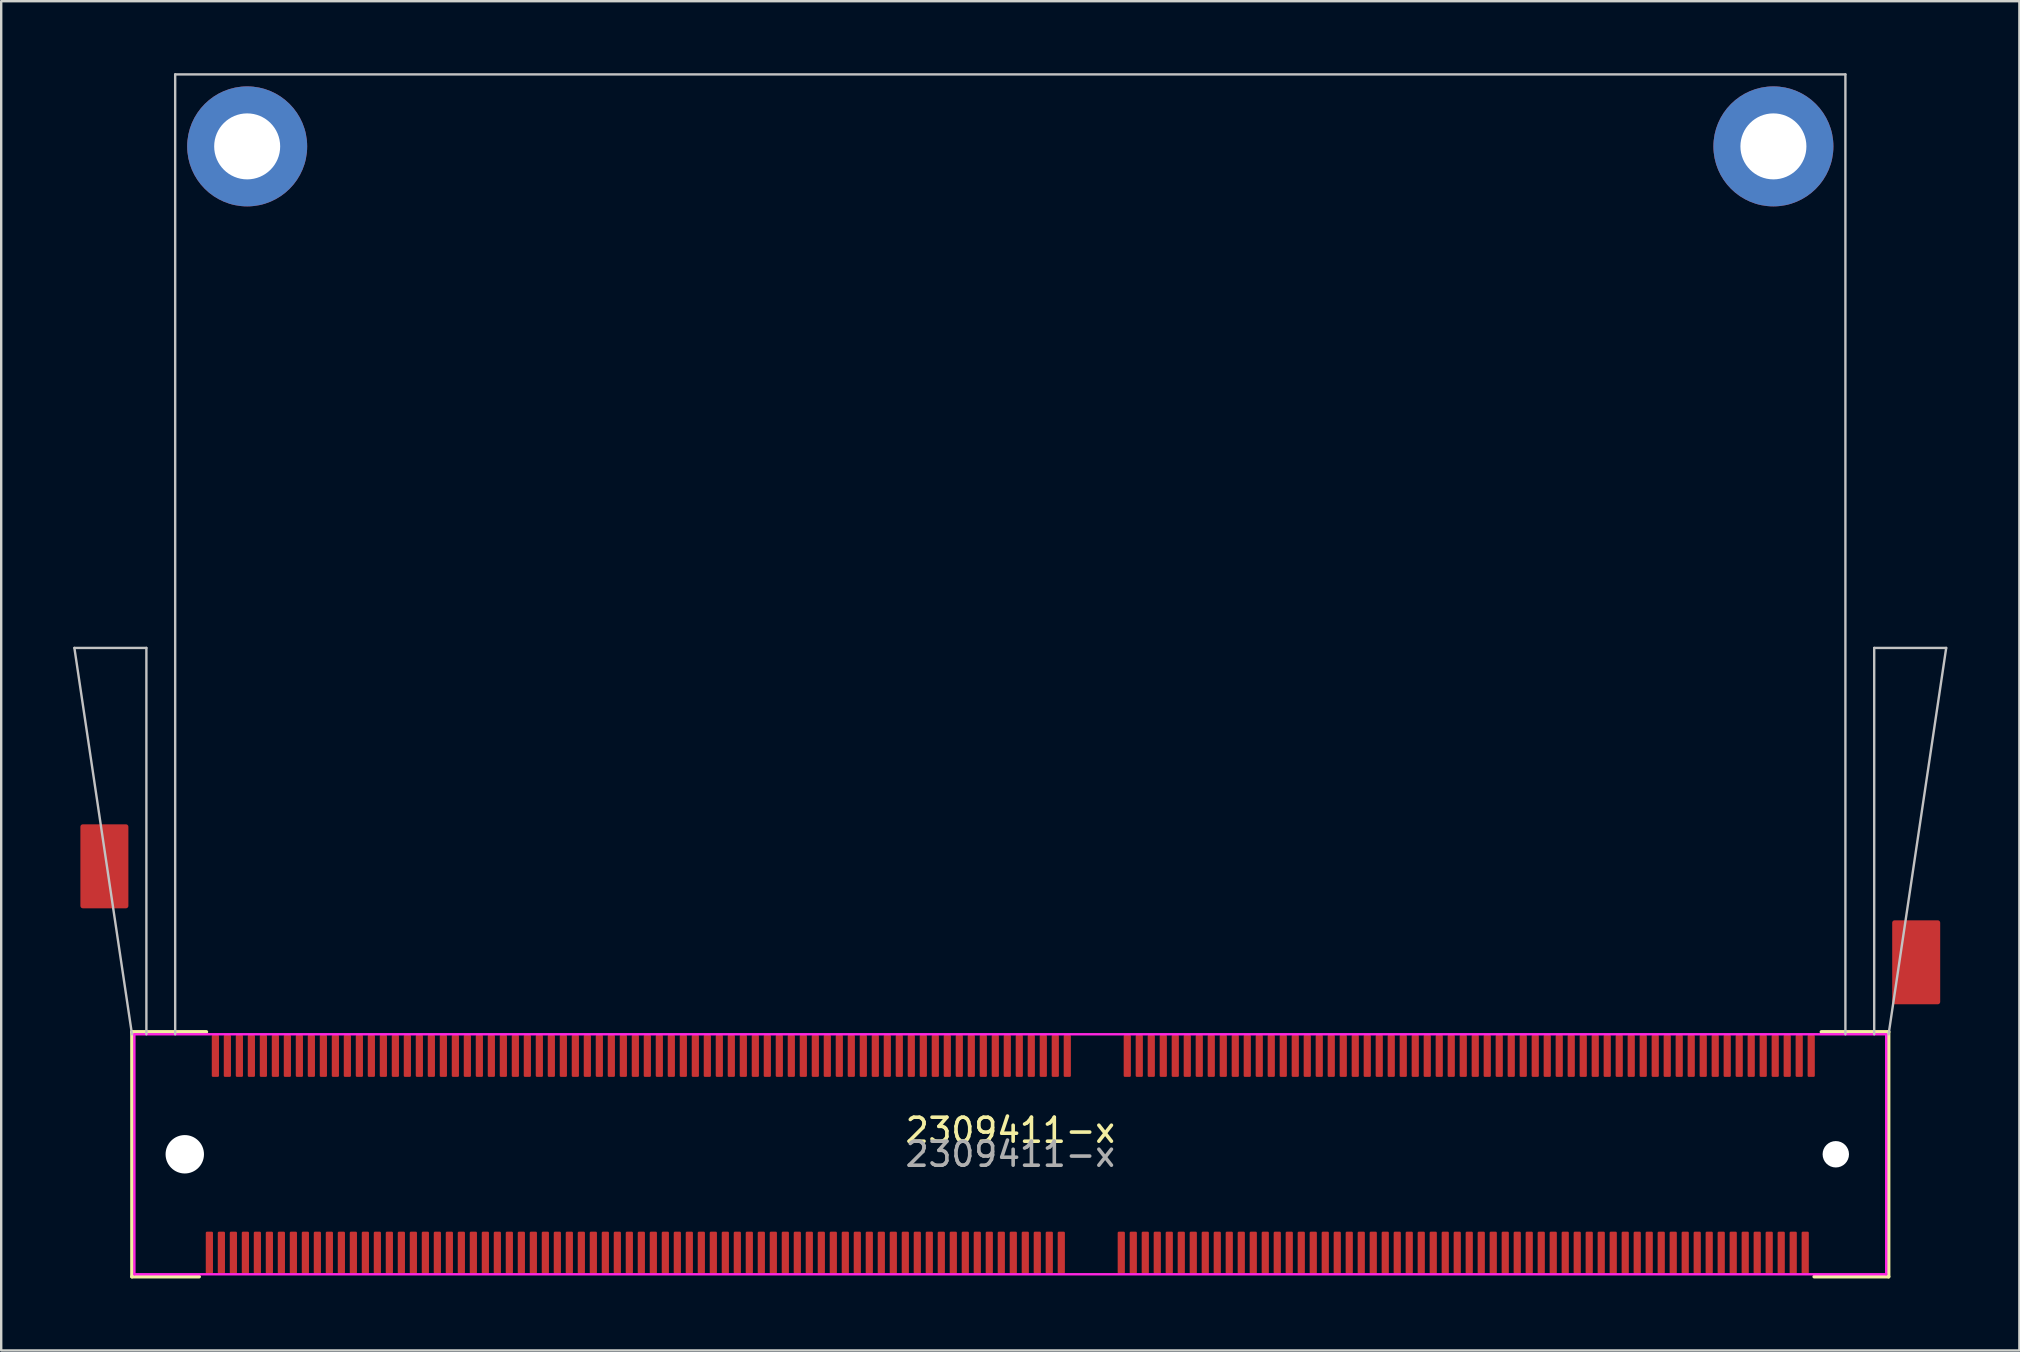
<source format=kicad_pcb>
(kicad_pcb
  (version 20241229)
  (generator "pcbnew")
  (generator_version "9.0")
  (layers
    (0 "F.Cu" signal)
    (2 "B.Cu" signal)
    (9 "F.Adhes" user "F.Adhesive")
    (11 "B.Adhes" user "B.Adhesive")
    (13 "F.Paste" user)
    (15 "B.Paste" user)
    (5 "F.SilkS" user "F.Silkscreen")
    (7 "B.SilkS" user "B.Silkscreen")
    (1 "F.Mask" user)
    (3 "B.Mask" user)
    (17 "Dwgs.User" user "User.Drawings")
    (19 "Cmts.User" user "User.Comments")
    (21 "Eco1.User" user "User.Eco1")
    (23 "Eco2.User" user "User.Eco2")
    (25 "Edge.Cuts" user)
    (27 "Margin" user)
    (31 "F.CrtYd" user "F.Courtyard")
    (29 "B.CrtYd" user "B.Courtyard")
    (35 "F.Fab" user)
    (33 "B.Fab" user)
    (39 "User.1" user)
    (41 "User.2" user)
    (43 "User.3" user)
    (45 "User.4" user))
  (footprint "2309411-x"
    (layer "F.Cu")
    (at 39.05 45.05)
    (property "Reference" "2309411-x" (at 0 -1 0) (layer "F.SilkS") (effects (font (size 1 1) (thickness 0.15))))
    (attr smd)
    (fp_line (start -36.6 -5.1) (end -36.6 5.1) (stroke (width 0.15) (type solid)) (layer "F.SilkS"))
    (fp_line (start -36.6 -5.1) (end -33.5 -5.1) (stroke (width 0.15) (type solid)) (layer "F.SilkS"))
    (fp_line (start -36.6 5.1) (end -33.8 5.1) (stroke (width 0.15) (type solid)) (layer "F.SilkS"))
    (fp_line (start 33.5 5.1) (end 36.6 5.1) (stroke (width 0.15) (type solid)) (layer "F.SilkS"))
    (fp_line (start 33.8 -5.1) (end 36.6 -5.1) (stroke (width 0.15) (type solid)) (layer "F.SilkS"))
    (fp_line (start 36.6 -5.1) (end 36.6 5.1) (stroke (width 0.15) (type solid)) (layer "F.SilkS"))
    (fp_line (start -39 -21.1) (end -36.6 -5) (stroke (width 0.1) (type solid)) (layer "Dwgs.User"))
    (fp_line (start -36 -21.1) (end -39 -21.1) (stroke (width 0.1) (type solid)) (layer "Dwgs.User"))
    (fp_line (start -36 -21.1) (end -36 -5) (stroke (width 0.1) (type solid)) (layer "Dwgs.User"))
    (fp_line (start -34.8 -45) (end -34.8 -5) (stroke (width 0.1) (type solid)) (layer "Dwgs.User"))
    (fp_line (start -34.8 -45) (end 34.8 -45) (stroke (width 0.1) (type solid)) (layer "Dwgs.User"))
    (fp_line (start 34.8 -45) (end 34.8 -5) (stroke (width 0.1) (type solid)) (layer "Dwgs.User"))
    (fp_line (start 36 -21.1) (end 36 -5) (stroke (width 0.1) (type solid)) (layer "Dwgs.User"))
    (fp_line (start 39 -21.1) (end 36 -21.1) (stroke (width 0.1) (type solid)) (layer "Dwgs.User"))
    (fp_line (start 39 -21.1) (end 36.6 -5) (stroke (width 0.1) (type solid)) (layer "Dwgs.User"))
    (fp_line (start -36.5 -5) (end -36.5 5) (stroke (width 0.1) (type solid)) (layer "F.CrtYd"))
    (fp_line (start -36.5 -5) (end 36.5 -5) (stroke (width 0.1) (type solid)) (layer "F.CrtYd"))
    (fp_line (start 36.5 -5) (end 36.5 5) (stroke (width 0.1) (type solid)) (layer "F.CrtYd"))
    (fp_line (start 36.5 5) (end -36.5 5) (stroke (width 0.1) (type solid)) (layer "F.CrtYd"))
    (fp_text user "${REFERENCE}" (at 0 0 0) (layer "F.Fab") (effects (font (size 1 1) (thickness 0.15))))
    (pad "" np_thru_hole circle (at -34.4 0) (size 1.6 1.6) (drill 1.6) (layers "*.Cu" "*.Mask"))
    (pad "" np_thru_hole circle (at 34.4 0) (size 1.1 1.1) (drill 1.1) (layers "*.Cu" "*.Mask"))
    (pad "1" smd roundrect (at -33.375 4.1) (size 0.3 1.75) (layers "F.Cu" "F.Mask" "F.Paste") (roundrect_rratio 0.167))
    (pad "2" smd roundrect (at -33.125 -4.1) (size 0.3 1.75) (layers "F.Cu" "F.Mask" "F.Paste") (roundrect_rratio 0.167))
    (pad "3" smd roundrect (at -32.875 4.1) (size 0.3 1.75) (layers "F.Cu" "F.Mask" "F.Paste") (roundrect_rratio 0.167))
    (pad "4" smd roundrect (at -32.625 -4.1) (size 0.3 1.75) (layers "F.Cu" "F.Mask" "F.Paste") (roundrect_rratio 0.167))
    (pad "5" smd roundrect (at -32.375 4.1) (size 0.3 1.75) (layers "F.Cu" "F.Mask" "F.Paste") (roundrect_rratio 0.167))
    (pad "6" smd roundrect (at -32.125 -4.1) (size 0.3 1.75) (layers "F.Cu" "F.Mask" "F.Paste") (roundrect_rratio 0.167))
    (pad "7" smd roundrect (at -31.875 4.1) (size 0.3 1.75) (layers "F.Cu" "F.Mask" "F.Paste") (roundrect_rratio 0.167))
    (pad "8" smd roundrect (at -31.625 -4.1) (size 0.3 1.75) (layers "F.Cu" "F.Mask" "F.Paste") (roundrect_rratio 0.167))
    (pad "9" smd roundrect (at -31.375 4.1) (size 0.3 1.75) (layers "F.Cu" "F.Mask" "F.Paste") (roundrect_rratio 0.167))
    (pad "10" smd roundrect (at -31.125 -4.1) (size 0.3 1.75) (layers "F.Cu" "F.Mask" "F.Paste") (roundrect_rratio 0.167))
    (pad "11" smd roundrect (at -30.875 4.1) (size 0.3 1.75) (layers "F.Cu" "F.Mask" "F.Paste") (roundrect_rratio 0.167))
    (pad "12" smd roundrect (at -30.625 -4.1) (size 0.3 1.75) (layers "F.Cu" "F.Mask" "F.Paste") (roundrect_rratio 0.167))
    (pad "13" smd roundrect (at -30.375 4.1) (size 0.3 1.75) (layers "F.Cu" "F.Mask" "F.Paste") (roundrect_rratio 0.167))
    (pad "14" smd roundrect (at -30.125 -4.1) (size 0.3 1.75) (layers "F.Cu" "F.Mask" "F.Paste") (roundrect_rratio 0.167))
    (pad "15" smd roundrect (at -29.875 4.1) (size 0.3 1.75) (layers "F.Cu" "F.Mask" "F.Paste") (roundrect_rratio 0.167))
    (pad "16" smd roundrect (at -29.625 -4.1) (size 0.3 1.75) (layers "F.Cu" "F.Mask" "F.Paste") (roundrect_rratio 0.167))
    (pad "17" smd roundrect (at -29.375 4.1) (size 0.3 1.75) (layers "F.Cu" "F.Mask" "F.Paste") (roundrect_rratio 0.167))
    (pad "18" smd roundrect (at -29.125 -4.1) (size 0.3 1.75) (layers "F.Cu" "F.Mask" "F.Paste") (roundrect_rratio 0.167))
    (pad "19" smd roundrect (at -28.875 4.1) (size 0.3 1.75) (layers "F.Cu" "F.Mask" "F.Paste") (roundrect_rratio 0.167))
    (pad "20" smd roundrect (at -28.625 -4.1) (size 0.3 1.75) (layers "F.Cu" "F.Mask" "F.Paste") (roundrect_rratio 0.167))
    (pad "21" smd roundrect (at -28.375 4.1) (size 0.3 1.75) (layers "F.Cu" "F.Mask" "F.Paste") (roundrect_rratio 0.167))
    (pad "22" smd roundrect (at -28.125 -4.1) (size 0.3 1.75) (layers "F.Cu" "F.Mask" "F.Paste") (roundrect_rratio 0.167))
    (pad "23" smd roundrect (at -27.875 4.1) (size 0.3 1.75) (layers "F.Cu" "F.Mask" "F.Paste") (roundrect_rratio 0.167))
    (pad "24" smd roundrect (at -27.625 -4.1) (size 0.3 1.75) (layers "F.Cu" "F.Mask" "F.Paste") (roundrect_rratio 0.167))
    (pad "25" smd roundrect (at -27.375 4.1) (size 0.3 1.75) (layers "F.Cu" "F.Mask" "F.Paste") (roundrect_rratio 0.167))
    (pad "26" smd roundrect (at -27.125 -4.1) (size 0.3 1.75) (layers "F.Cu" "F.Mask" "F.Paste") (roundrect_rratio 0.167))
    (pad "27" smd roundrect (at -26.875 4.1) (size 0.3 1.75) (layers "F.Cu" "F.Mask" "F.Paste") (roundrect_rratio 0.167))
    (pad "28" smd roundrect (at -26.625 -4.1) (size 0.3 1.75) (layers "F.Cu" "F.Mask" "F.Paste") (roundrect_rratio 0.167))
    (pad "29" smd roundrect (at -26.375 4.1) (size 0.3 1.75) (layers "F.Cu" "F.Mask" "F.Paste") (roundrect_rratio 0.167))
    (pad "30" smd roundrect (at -26.125 -4.1) (size 0.3 1.75) (layers "F.Cu" "F.Mask" "F.Paste") (roundrect_rratio 0.167))
    (pad "31" smd roundrect (at -25.875 4.1) (size 0.3 1.75) (layers "F.Cu" "F.Mask" "F.Paste") (roundrect_rratio 0.167))
    (pad "32" smd roundrect (at -25.625 -4.1) (size 0.3 1.75) (layers "F.Cu" "F.Mask" "F.Paste") (roundrect_rratio 0.167))
    (pad "33" smd roundrect (at -25.375 4.1) (size 0.3 1.75) (layers "F.Cu" "F.Mask" "F.Paste") (roundrect_rratio 0.167))
    (pad "34" smd roundrect (at -25.125 -4.1) (size 0.3 1.75) (layers "F.Cu" "F.Mask" "F.Paste") (roundrect_rratio 0.167))
    (pad "35" smd roundrect (at -24.875 4.1) (size 0.3 1.75) (layers "F.Cu" "F.Mask" "F.Paste") (roundrect_rratio 0.167))
    (pad "36" smd roundrect (at -24.625 -4.1) (size 0.3 1.75) (layers "F.Cu" "F.Mask" "F.Paste") (roundrect_rratio 0.167))
    (pad "37" smd roundrect (at -24.375 4.1) (size 0.3 1.75) (layers "F.Cu" "F.Mask" "F.Paste") (roundrect_rratio 0.167))
    (pad "38" smd roundrect (at -24.125 -4.1) (size 0.3 1.75) (layers "F.Cu" "F.Mask" "F.Paste") (roundrect_rratio 0.167))
    (pad "39" smd roundrect (at -23.875 4.1) (size 0.3 1.75) (layers "F.Cu" "F.Mask" "F.Paste") (roundrect_rratio 0.167))
    (pad "40" smd roundrect (at -23.625 -4.1) (size 0.3 1.75) (layers "F.Cu" "F.Mask" "F.Paste") (roundrect_rratio 0.167))
    (pad "41" smd roundrect (at -23.375 4.1) (size 0.3 1.75) (layers "F.Cu" "F.Mask" "F.Paste") (roundrect_rratio 0.167))
    (pad "42" smd roundrect (at -23.125 -4.1) (size 0.3 1.75) (layers "F.Cu" "F.Mask" "F.Paste") (roundrect_rratio 0.167))
    (pad "43" smd roundrect (at -22.875 4.1) (size 0.3 1.75) (layers "F.Cu" "F.Mask" "F.Paste") (roundrect_rratio 0.167))
    (pad "44" smd roundrect (at -22.625 -4.1) (size 0.3 1.75) (layers "F.Cu" "F.Mask" "F.Paste") (roundrect_rratio 0.167))
    (pad "45" smd roundrect (at -22.375 4.1) (size 0.3 1.75) (layers "F.Cu" "F.Mask" "F.Paste") (roundrect_rratio 0.167))
    (pad "46" smd roundrect (at -22.125 -4.1) (size 0.3 1.75) (layers "F.Cu" "F.Mask" "F.Paste") (roundrect_rratio 0.167))
    (pad "47" smd roundrect (at -21.875 4.1) (size 0.3 1.75) (layers "F.Cu" "F.Mask" "F.Paste") (roundrect_rratio 0.167))
    (pad "48" smd roundrect (at -21.625 -4.1) (size 0.3 1.75) (layers "F.Cu" "F.Mask" "F.Paste") (roundrect_rratio 0.167))
    (pad "49" smd roundrect (at -21.375 4.1) (size 0.3 1.75) (layers "F.Cu" "F.Mask" "F.Paste") (roundrect_rratio 0.167))
    (pad "50" smd roundrect (at -21.125 -4.1) (size 0.3 1.75) (layers "F.Cu" "F.Mask" "F.Paste") (roundrect_rratio 0.167))
    (pad "51" smd roundrect (at -20.875 4.1) (size 0.3 1.75) (layers "F.Cu" "F.Mask" "F.Paste") (roundrect_rratio 0.167))
    (pad "52" smd roundrect (at -20.625 -4.1) (size 0.3 1.75) (layers "F.Cu" "F.Mask" "F.Paste") (roundrect_rratio 0.167))
    (pad "53" smd roundrect (at -20.375 4.1) (size 0.3 1.75) (layers "F.Cu" "F.Mask" "F.Paste") (roundrect_rratio 0.167))
    (pad "54" smd roundrect (at -20.125 -4.1) (size 0.3 1.75) (layers "F.Cu" "F.Mask" "F.Paste") (roundrect_rratio 0.167))
    (pad "55" smd roundrect (at -19.875 4.1) (size 0.3 1.75) (layers "F.Cu" "F.Mask" "F.Paste") (roundrect_rratio 0.167))
    (pad "56" smd roundrect (at -19.625 -4.1) (size 0.3 1.75) (layers "F.Cu" "F.Mask" "F.Paste") (roundrect_rratio 0.167))
    (pad "57" smd roundrect (at -19.375 4.1) (size 0.3 1.75) (layers "F.Cu" "F.Mask" "F.Paste") (roundrect_rratio 0.167))
    (pad "58" smd roundrect (at -19.125 -4.1) (size 0.3 1.75) (layers "F.Cu" "F.Mask" "F.Paste") (roundrect_rratio 0.167))
    (pad "59" smd roundrect (at -18.875 4.1) (size 0.3 1.75) (layers "F.Cu" "F.Mask" "F.Paste") (roundrect_rratio 0.167))
    (pad "60" smd roundrect (at -18.625 -4.1) (size 0.3 1.75) (layers "F.Cu" "F.Mask" "F.Paste") (roundrect_rratio 0.167))
    (pad "61" smd roundrect (at -18.375 4.1) (size 0.3 1.75) (layers "F.Cu" "F.Mask" "F.Paste") (roundrect_rratio 0.167))
    (pad "62" smd roundrect (at -18.125 -4.1) (size 0.3 1.75) (layers "F.Cu" "F.Mask" "F.Paste") (roundrect_rratio 0.167))
    (pad "63" smd roundrect (at -17.875 4.1) (size 0.3 1.75) (layers "F.Cu" "F.Mask" "F.Paste") (roundrect_rratio 0.167))
    (pad "64" smd roundrect (at -17.625 -4.1) (size 0.3 1.75) (layers "F.Cu" "F.Mask" "F.Paste") (roundrect_rratio 0.167))
    (pad "65" smd roundrect (at -17.375 4.1) (size 0.3 1.75) (layers "F.Cu" "F.Mask" "F.Paste") (roundrect_rratio 0.167))
    (pad "66" smd roundrect (at -17.125 -4.1) (size 0.3 1.75) (layers "F.Cu" "F.Mask" "F.Paste") (roundrect_rratio 0.167))
    (pad "67" smd roundrect (at -16.875 4.1) (size 0.3 1.75) (layers "F.Cu" "F.Mask" "F.Paste") (roundrect_rratio 0.167))
    (pad "68" smd roundrect (at -16.625 -4.1) (size 0.3 1.75) (layers "F.Cu" "F.Mask" "F.Paste") (roundrect_rratio 0.167))
    (pad "69" smd roundrect (at -16.375 4.1) (size 0.3 1.75) (layers "F.Cu" "F.Mask" "F.Paste") (roundrect_rratio 0.167))
    (pad "70" smd roundrect (at -16.125 -4.1) (size 0.3 1.75) (layers "F.Cu" "F.Mask" "F.Paste") (roundrect_rratio 0.167))
    (pad "71" smd roundrect (at -15.875 4.1) (size 0.3 1.75) (layers "F.Cu" "F.Mask" "F.Paste") (roundrect_rratio 0.167))
    (pad "72" smd roundrect (at -15.625 -4.1) (size 0.3 1.75) (layers "F.Cu" "F.Mask" "F.Paste") (roundrect_rratio 0.167))
    (pad "73" smd roundrect (at -15.375 4.1) (size 0.3 1.75) (layers "F.Cu" "F.Mask" "F.Paste") (roundrect_rratio 0.167))
    (pad "74" smd roundrect (at -15.125 -4.1) (size 0.3 1.75) (layers "F.Cu" "F.Mask" "F.Paste") (roundrect_rratio 0.167))
    (pad "75" smd roundrect (at -14.875 4.1) (size 0.3 1.75) (layers "F.Cu" "F.Mask" "F.Paste") (roundrect_rratio 0.167))
    (pad "76" smd roundrect (at -14.625 -4.1) (size 0.3 1.75) (layers "F.Cu" "F.Mask" "F.Paste") (roundrect_rratio 0.167))
    (pad "77" smd roundrect (at -14.375 4.1) (size 0.3 1.75) (layers "F.Cu" "F.Mask" "F.Paste") (roundrect_rratio 0.167))
    (pad "78" smd roundrect (at -14.125 -4.1) (size 0.3 1.75) (layers "F.Cu" "F.Mask" "F.Paste") (roundrect_rratio 0.167))
    (pad "79" smd roundrect (at -13.875 4.1) (size 0.3 1.75) (layers "F.Cu" "F.Mask" "F.Paste") (roundrect_rratio 0.167))
    (pad "80" smd roundrect (at -13.625 -4.1) (size 0.3 1.75) (layers "F.Cu" "F.Mask" "F.Paste") (roundrect_rratio 0.167))
    (pad "81" smd roundrect (at -13.375 4.1) (size 0.3 1.75) (layers "F.Cu" "F.Mask" "F.Paste") (roundrect_rratio 0.167))
    (pad "82" smd roundrect (at -13.125 -4.1) (size 0.3 1.75) (layers "F.Cu" "F.Mask" "F.Paste") (roundrect_rratio 0.167))
    (pad "83" smd roundrect (at -12.875 4.1) (size 0.3 1.75) (layers "F.Cu" "F.Mask" "F.Paste") (roundrect_rratio 0.167))
    (pad "84" smd roundrect (at -12.625 -4.1) (size 0.3 1.75) (layers "F.Cu" "F.Mask" "F.Paste") (roundrect_rratio 0.167))
    (pad "85" smd roundrect (at -12.375 4.1) (size 0.3 1.75) (layers "F.Cu" "F.Mask" "F.Paste") (roundrect_rratio 0.167))
    (pad "86" smd roundrect (at -12.125 -4.1) (size 0.3 1.75) (layers "F.Cu" "F.Mask" "F.Paste") (roundrect_rratio 0.167))
    (pad "87" smd roundrect (at -11.875 4.1) (size 0.3 1.75) (layers "F.Cu" "F.Mask" "F.Paste") (roundrect_rratio 0.167))
    (pad "88" smd roundrect (at -11.625 -4.1) (size 0.3 1.75) (layers "F.Cu" "F.Mask" "F.Paste") (roundrect_rratio 0.167))
    (pad "89" smd roundrect (at -11.375 4.1) (size 0.3 1.75) (layers "F.Cu" "F.Mask" "F.Paste") (roundrect_rratio 0.167))
    (pad "90" smd roundrect (at -11.125 -4.1) (size 0.3 1.75) (layers "F.Cu" "F.Mask" "F.Paste") (roundrect_rratio 0.167))
    (pad "91" smd roundrect (at -10.875 4.1) (size 0.3 1.75) (layers "F.Cu" "F.Mask" "F.Paste") (roundrect_rratio 0.167))
    (pad "92" smd roundrect (at -10.625 -4.1) (size 0.3 1.75) (layers "F.Cu" "F.Mask" "F.Paste") (roundrect_rratio 0.167))
    (pad "93" smd roundrect (at -10.375 4.1) (size 0.3 1.75) (layers "F.Cu" "F.Mask" "F.Paste") (roundrect_rratio 0.167))
    (pad "94" smd roundrect (at -10.125 -4.1) (size 0.3 1.75) (layers "F.Cu" "F.Mask" "F.Paste") (roundrect_rratio 0.167))
    (pad "95" smd roundrect (at -9.875 4.1) (size 0.3 1.75) (layers "F.Cu" "F.Mask" "F.Paste") (roundrect_rratio 0.167))
    (pad "96" smd roundrect (at -9.625 -4.1) (size 0.3 1.75) (layers "F.Cu" "F.Mask" "F.Paste") (roundrect_rratio 0.167))
    (pad "97" smd roundrect (at -9.375 4.1) (size 0.3 1.75) (layers "F.Cu" "F.Mask" "F.Paste") (roundrect_rratio 0.167))
    (pad "98" smd roundrect (at -9.125 -4.1) (size 0.3 1.75) (layers "F.Cu" "F.Mask" "F.Paste") (roundrect_rratio 0.167))
    (pad "99" smd roundrect (at -8.875 4.1) (size 0.3 1.75) (layers "F.Cu" "F.Mask" "F.Paste") (roundrect_rratio 0.167))
    (pad "100" smd roundrect (at -8.625 -4.1) (size 0.3 1.75) (layers "F.Cu" "F.Mask" "F.Paste") (roundrect_rratio 0.167))
    (pad "101" smd roundrect (at -8.375 4.1) (size 0.3 1.75) (layers "F.Cu" "F.Mask" "F.Paste") (roundrect_rratio 0.167))
    (pad "102" smd roundrect (at -8.125 -4.1) (size 0.3 1.75) (layers "F.Cu" "F.Mask" "F.Paste") (roundrect_rratio 0.167))
    (pad "103" smd roundrect (at -7.875 4.1) (size 0.3 1.75) (layers "F.Cu" "F.Mask" "F.Paste") (roundrect_rratio 0.167))
    (pad "104" smd roundrect (at -7.625 -4.1) (size 0.3 1.75) (layers "F.Cu" "F.Mask" "F.Paste") (roundrect_rratio 0.167))
    (pad "105" smd roundrect (at -7.375 4.1) (size 0.3 1.75) (layers "F.Cu" "F.Mask" "F.Paste") (roundrect_rratio 0.167))
    (pad "106" smd roundrect (at -7.125 -4.1) (size 0.3 1.75) (layers "F.Cu" "F.Mask" "F.Paste") (roundrect_rratio 0.167))
    (pad "107" smd roundrect (at -6.875 4.1) (size 0.3 1.75) (layers "F.Cu" "F.Mask" "F.Paste") (roundrect_rratio 0.167))
    (pad "108" smd roundrect (at -6.625 -4.1) (size 0.3 1.75) (layers "F.Cu" "F.Mask" "F.Paste") (roundrect_rratio 0.167))
    (pad "109" smd roundrect (at -6.375 4.1) (size 0.3 1.75) (layers "F.Cu" "F.Mask" "F.Paste") (roundrect_rratio 0.167))
    (pad "110" smd roundrect (at -6.125 -4.1) (size 0.3 1.75) (layers "F.Cu" "F.Mask" "F.Paste") (roundrect_rratio 0.167))
    (pad "111" smd roundrect (at -5.875 4.1) (size 0.3 1.75) (layers "F.Cu" "F.Mask" "F.Paste") (roundrect_rratio 0.167))
    (pad "112" smd roundrect (at -5.625 -4.1) (size 0.3 1.75) (layers "F.Cu" "F.Mask" "F.Paste") (roundrect_rratio 0.167))
    (pad "113" smd roundrect (at -5.375 4.1) (size 0.3 1.75) (layers "F.Cu" "F.Mask" "F.Paste") (roundrect_rratio 0.167))
    (pad "114" smd roundrect (at -5.125 -4.1) (size 0.3 1.75) (layers "F.Cu" "F.Mask" "F.Paste") (roundrect_rratio 0.167))
    (pad "115" smd roundrect (at -4.875 4.1) (size 0.3 1.75) (layers "F.Cu" "F.Mask" "F.Paste") (roundrect_rratio 0.167))
    (pad "116" smd roundrect (at -4.625 -4.1) (size 0.3 1.75) (layers "F.Cu" "F.Mask" "F.Paste") (roundrect_rratio 0.167))
    (pad "117" smd roundrect (at -4.375 4.1) (size 0.3 1.75) (layers "F.Cu" "F.Mask" "F.Paste") (roundrect_rratio 0.167))
    (pad "118" smd roundrect (at -4.125 -4.1) (size 0.3 1.75) (layers "F.Cu" "F.Mask" "F.Paste") (roundrect_rratio 0.167))
    (pad "119" smd roundrect (at -3.875 4.1) (size 0.3 1.75) (layers "F.Cu" "F.Mask" "F.Paste") (roundrect_rratio 0.167))
    (pad "120" smd roundrect (at -3.625 -4.1) (size 0.3 1.75) (layers "F.Cu" "F.Mask" "F.Paste") (roundrect_rratio 0.167))
    (pad "121" smd roundrect (at -3.375 4.1) (size 0.3 1.75) (layers "F.Cu" "F.Mask" "F.Paste") (roundrect_rratio 0.167))
    (pad "122" smd roundrect (at -3.125 -4.1) (size 0.3 1.75) (layers "F.Cu" "F.Mask" "F.Paste") (roundrect_rratio 0.167))
    (pad "123" smd roundrect (at -2.875 4.1) (size 0.3 1.75) (layers "F.Cu" "F.Mask" "F.Paste") (roundrect_rratio 0.167))
    (pad "124" smd roundrect (at -2.625 -4.1) (size 0.3 1.75) (layers "F.Cu" "F.Mask" "F.Paste") (roundrect_rratio 0.167))
    (pad "125" smd roundrect (at -2.375 4.1) (size 0.3 1.75) (layers "F.Cu" "F.Mask" "F.Paste") (roundrect_rratio 0.167))
    (pad "126" smd roundrect (at -2.125 -4.1) (size 0.3 1.75) (layers "F.Cu" "F.Mask" "F.Paste") (roundrect_rratio 0.167))
    (pad "127" smd roundrect (at -1.875 4.1) (size 0.3 1.75) (layers "F.Cu" "F.Mask" "F.Paste") (roundrect_rratio 0.167))
    (pad "128" smd roundrect (at -1.625 -4.1) (size 0.3 1.75) (layers "F.Cu" "F.Mask" "F.Paste") (roundrect_rratio 0.167))
    (pad "129" smd roundrect (at -1.375 4.1) (size 0.3 1.75) (layers "F.Cu" "F.Mask" "F.Paste") (roundrect_rratio 0.167))
    (pad "130" smd roundrect (at -1.125 -4.1) (size 0.3 1.75) (layers "F.Cu" "F.Mask" "F.Paste") (roundrect_rratio 0.167))
    (pad "131" smd roundrect (at -0.875 4.1) (size 0.3 1.75) (layers "F.Cu" "F.Mask" "F.Paste") (roundrect_rratio 0.167))
    (pad "132" smd roundrect (at -0.625 -4.1) (size 0.3 1.75) (layers "F.Cu" "F.Mask" "F.Paste") (roundrect_rratio 0.167))
    (pad "133" smd roundrect (at -0.375 4.1) (size 0.3 1.75) (layers "F.Cu" "F.Mask" "F.Paste") (roundrect_rratio 0.167))
    (pad "134" smd roundrect (at -0.125 -4.1) (size 0.3 1.75) (layers "F.Cu" "F.Mask" "F.Paste") (roundrect_rratio 0.167))
    (pad "135" smd roundrect (at 0.125 4.1) (size 0.3 1.75) (layers "F.Cu" "F.Mask" "F.Paste") (roundrect_rratio 0.167))
    (pad "136" smd roundrect (at 0.375 -4.1) (size 0.3 1.75) (layers "F.Cu" "F.Mask" "F.Paste") (roundrect_rratio 0.167))
    (pad "137" smd roundrect (at 0.625 4.1) (size 0.3 1.75) (layers "F.Cu" "F.Mask" "F.Paste") (roundrect_rratio 0.167))
    (pad "138" smd roundrect (at 0.875 -4.1) (size 0.3 1.75) (layers "F.Cu" "F.Mask" "F.Paste") (roundrect_rratio 0.167))
    (pad "139" smd roundrect (at 1.125 4.1) (size 0.3 1.75) (layers "F.Cu" "F.Mask" "F.Paste") (roundrect_rratio 0.167))
    (pad "140" smd roundrect (at 1.375 -4.1) (size 0.3 1.75) (layers "F.Cu" "F.Mask" "F.Paste") (roundrect_rratio 0.167))
    (pad "141" smd roundrect (at 1.625 4.1) (size 0.3 1.75) (layers "F.Cu" "F.Mask" "F.Paste") (roundrect_rratio 0.167))
    (pad "142" smd roundrect (at 1.875 -4.1) (size 0.3 1.75) (layers "F.Cu" "F.Mask" "F.Paste") (roundrect_rratio 0.167))
    (pad "143" smd roundrect (at 2.125 4.1) (size 0.3 1.75) (layers "F.Cu" "F.Mask" "F.Paste") (roundrect_rratio 0.167))
    (pad "144" smd roundrect (at 2.375 -4.1) (size 0.3 1.75) (layers "F.Cu" "F.Mask" "F.Paste") (roundrect_rratio 0.167))
    (pad "145" smd roundrect (at 4.625 4.1) (size 0.3 1.75) (layers "F.Cu" "F.Mask" "F.Paste") (roundrect_rratio 0.167))
    (pad "146" smd roundrect (at 4.875 -4.1) (size 0.3 1.75) (layers "F.Cu" "F.Mask" "F.Paste") (roundrect_rratio 0.167))
    (pad "147" smd roundrect (at 5.125 4.1) (size 0.3 1.75) (layers "F.Cu" "F.Mask" "F.Paste") (roundrect_rratio 0.167))
    (pad "148" smd roundrect (at 5.375 -4.1) (size 0.3 1.75) (layers "F.Cu" "F.Mask" "F.Paste") (roundrect_rratio 0.167))
    (pad "149" smd roundrect (at 5.625 4.1) (size 0.3 1.75) (layers "F.Cu" "F.Mask" "F.Paste") (roundrect_rratio 0.167))
    (pad "150" smd roundrect (at 5.875 -4.1) (size 0.3 1.75) (layers "F.Cu" "F.Mask" "F.Paste") (roundrect_rratio 0.167))
    (pad "151" smd roundrect (at 6.125 4.1) (size 0.3 1.75) (layers "F.Cu" "F.Mask" "F.Paste") (roundrect_rratio 0.167))
    (pad "152" smd roundrect (at 6.375 -4.1) (size 0.3 1.75) (layers "F.Cu" "F.Mask" "F.Paste") (roundrect_rratio 0.167))
    (pad "153" smd roundrect (at 6.625 4.1) (size 0.3 1.75) (layers "F.Cu" "F.Mask" "F.Paste") (roundrect_rratio 0.167))
    (pad "154" smd roundrect (at 6.875 -4.1) (size 0.3 1.75) (layers "F.Cu" "F.Mask" "F.Paste") (roundrect_rratio 0.167))
    (pad "155" smd roundrect (at 7.125 4.1) (size 0.3 1.75) (layers "F.Cu" "F.Mask" "F.Paste") (roundrect_rratio 0.167))
    (pad "156" smd roundrect (at 7.375 -4.1) (size 0.3 1.75) (layers "F.Cu" "F.Mask" "F.Paste") (roundrect_rratio 0.167))
    (pad "157" smd roundrect (at 7.625 4.1) (size 0.3 1.75) (layers "F.Cu" "F.Mask" "F.Paste") (roundrect_rratio 0.167))
    (pad "158" smd roundrect (at 7.875 -4.1) (size 0.3 1.75) (layers "F.Cu" "F.Mask" "F.Paste") (roundrect_rratio 0.167))
    (pad "159" smd roundrect (at 8.125 4.1) (size 0.3 1.75) (layers "F.Cu" "F.Mask" "F.Paste") (roundrect_rratio 0.167))
    (pad "160" smd roundrect (at 8.375 -4.1) (size 0.3 1.75) (layers "F.Cu" "F.Mask" "F.Paste") (roundrect_rratio 0.167))
    (pad "161" smd roundrect (at 8.625 4.1) (size 0.3 1.75) (layers "F.Cu" "F.Mask" "F.Paste") (roundrect_rratio 0.167))
    (pad "162" smd roundrect (at 8.875 -4.1) (size 0.3 1.75) (layers "F.Cu" "F.Mask" "F.Paste") (roundrect_rratio 0.167))
    (pad "163" smd roundrect (at 9.125 4.1) (size 0.3 1.75) (layers "F.Cu" "F.Mask" "F.Paste") (roundrect_rratio 0.167))
    (pad "164" smd roundrect (at 9.375 -4.1) (size 0.3 1.75) (layers "F.Cu" "F.Mask" "F.Paste") (roundrect_rratio 0.167))
    (pad "165" smd roundrect (at 9.625 4.1) (size 0.3 1.75) (layers "F.Cu" "F.Mask" "F.Paste") (roundrect_rratio 0.167))
    (pad "166" smd roundrect (at 9.875 -4.1) (size 0.3 1.75) (layers "F.Cu" "F.Mask" "F.Paste") (roundrect_rratio 0.167))
    (pad "167" smd roundrect (at 10.125 4.1) (size 0.3 1.75) (layers "F.Cu" "F.Mask" "F.Paste") (roundrect_rratio 0.167))
    (pad "168" smd roundrect (at 10.375 -4.1) (size 0.3 1.75) (layers "F.Cu" "F.Mask" "F.Paste") (roundrect_rratio 0.167))
    (pad "169" smd roundrect (at 10.625 4.1) (size 0.3 1.75) (layers "F.Cu" "F.Mask" "F.Paste") (roundrect_rratio 0.167))
    (pad "170" smd roundrect (at 10.875 -4.1) (size 0.3 1.75) (layers "F.Cu" "F.Mask" "F.Paste") (roundrect_rratio 0.167))
    (pad "171" smd roundrect (at 11.125 4.1) (size 0.3 1.75) (layers "F.Cu" "F.Mask" "F.Paste") (roundrect_rratio 0.167))
    (pad "172" smd roundrect (at 11.375 -4.1) (size 0.3 1.75) (layers "F.Cu" "F.Mask" "F.Paste") (roundrect_rratio 0.167))
    (pad "173" smd roundrect (at 11.625 4.1) (size 0.3 1.75) (layers "F.Cu" "F.Mask" "F.Paste") (roundrect_rratio 0.167))
    (pad "174" smd roundrect (at 11.875 -4.1) (size 0.3 1.75) (layers "F.Cu" "F.Mask" "F.Paste") (roundrect_rratio 0.167))
    (pad "175" smd roundrect (at 12.125 4.1) (size 0.3 1.75) (layers "F.Cu" "F.Mask" "F.Paste") (roundrect_rratio 0.167))
    (pad "176" smd roundrect (at 12.375 -4.1) (size 0.3 1.75) (layers "F.Cu" "F.Mask" "F.Paste") (roundrect_rratio 0.167))
    (pad "177" smd roundrect (at 12.625 4.1) (size 0.3 1.75) (layers "F.Cu" "F.Mask" "F.Paste") (roundrect_rratio 0.167))
    (pad "178" smd roundrect (at 12.875 -4.1) (size 0.3 1.75) (layers "F.Cu" "F.Mask" "F.Paste") (roundrect_rratio 0.167))
    (pad "179" smd roundrect (at 13.125 4.1) (size 0.3 1.75) (layers "F.Cu" "F.Mask" "F.Paste") (roundrect_rratio 0.167))
    (pad "180" smd roundrect (at 13.375 -4.1) (size 0.3 1.75) (layers "F.Cu" "F.Mask" "F.Paste") (roundrect_rratio 0.167))
    (pad "181" smd roundrect (at 13.625 4.1) (size 0.3 1.75) (layers "F.Cu" "F.Mask" "F.Paste") (roundrect_rratio 0.167))
    (pad "182" smd roundrect (at 13.875 -4.1) (size 0.3 1.75) (layers "F.Cu" "F.Mask" "F.Paste") (roundrect_rratio 0.167))
    (pad "183" smd roundrect (at 14.125 4.1) (size 0.3 1.75) (layers "F.Cu" "F.Mask" "F.Paste") (roundrect_rratio 0.167))
    (pad "184" smd roundrect (at 14.375 -4.1) (size 0.3 1.75) (layers "F.Cu" "F.Mask" "F.Paste") (roundrect_rratio 0.167))
    (pad "185" smd roundrect (at 14.625 4.1) (size 0.3 1.75) (layers "F.Cu" "F.Mask" "F.Paste") (roundrect_rratio 0.167))
    (pad "186" smd roundrect (at 14.875 -4.1) (size 0.3 1.75) (layers "F.Cu" "F.Mask" "F.Paste") (roundrect_rratio 0.167))
    (pad "187" smd roundrect (at 15.125 4.1) (size 0.3 1.75) (layers "F.Cu" "F.Mask" "F.Paste") (roundrect_rratio 0.167))
    (pad "188" smd roundrect (at 15.375 -4.1) (size 0.3 1.75) (layers "F.Cu" "F.Mask" "F.Paste") (roundrect_rratio 0.167))
    (pad "189" smd roundrect (at 15.625 4.1) (size 0.3 1.75) (layers "F.Cu" "F.Mask" "F.Paste") (roundrect_rratio 0.167))
    (pad "190" smd roundrect (at 15.875 -4.1) (size 0.3 1.75) (layers "F.Cu" "F.Mask" "F.Paste") (roundrect_rratio 0.167))
    (pad "191" smd roundrect (at 16.125 4.1) (size 0.3 1.75) (layers "F.Cu" "F.Mask" "F.Paste") (roundrect_rratio 0.167))
    (pad "192" smd roundrect (at 16.375 -4.1) (size 0.3 1.75) (layers "F.Cu" "F.Mask" "F.Paste") (roundrect_rratio 0.167))
    (pad "193" smd roundrect (at 16.625 4.1) (size 0.3 1.75) (layers "F.Cu" "F.Mask" "F.Paste") (roundrect_rratio 0.167))
    (pad "194" smd roundrect (at 16.875 -4.1) (size 0.3 1.75) (layers "F.Cu" "F.Mask" "F.Paste") (roundrect_rratio 0.167))
    (pad "195" smd roundrect (at 17.125 4.1) (size 0.3 1.75) (layers "F.Cu" "F.Mask" "F.Paste") (roundrect_rratio 0.167))
    (pad "196" smd roundrect (at 17.375 -4.1) (size 0.3 1.75) (layers "F.Cu" "F.Mask" "F.Paste") (roundrect_rratio 0.167))
    (pad "197" smd roundrect (at 17.625 4.1) (size 0.3 1.75) (layers "F.Cu" "F.Mask" "F.Paste") (roundrect_rratio 0.167))
    (pad "198" smd roundrect (at 17.875 -4.1) (size 0.3 1.75) (layers "F.Cu" "F.Mask" "F.Paste") (roundrect_rratio 0.167))
    (pad "199" smd roundrect (at 18.125 4.1) (size 0.3 1.75) (layers "F.Cu" "F.Mask" "F.Paste") (roundrect_rratio 0.167))
    (pad "200" smd roundrect (at 18.375 -4.1) (size 0.3 1.75) (layers "F.Cu" "F.Mask" "F.Paste") (roundrect_rratio 0.167))
    (pad "201" smd roundrect (at 18.625 4.1) (size 0.3 1.75) (layers "F.Cu" "F.Mask" "F.Paste") (roundrect_rratio 0.167))
    (pad "202" smd roundrect (at 18.875 -4.1) (size 0.3 1.75) (layers "F.Cu" "F.Mask" "F.Paste") (roundrect_rratio 0.167))
    (pad "203" smd roundrect (at 19.125 4.1) (size 0.3 1.75) (layers "F.Cu" "F.Mask" "F.Paste") (roundrect_rratio 0.167))
    (pad "204" smd roundrect (at 19.375 -4.1) (size 0.3 1.75) (layers "F.Cu" "F.Mask" "F.Paste") (roundrect_rratio 0.167))
    (pad "205" smd roundrect (at 19.625 4.1) (size 0.3 1.75) (layers "F.Cu" "F.Mask" "F.Paste") (roundrect_rratio 0.167))
    (pad "206" smd roundrect (at 19.875 -4.1) (size 0.3 1.75) (layers "F.Cu" "F.Mask" "F.Paste") (roundrect_rratio 0.167))
    (pad "207" smd roundrect (at 20.125 4.1) (size 0.3 1.75) (layers "F.Cu" "F.Mask" "F.Paste") (roundrect_rratio 0.167))
    (pad "208" smd roundrect (at 20.375 -4.1) (size 0.3 1.75) (layers "F.Cu" "F.Mask" "F.Paste") (roundrect_rratio 0.167))
    (pad "209" smd roundrect (at 20.625 4.1) (size 0.3 1.75) (layers "F.Cu" "F.Mask" "F.Paste") (roundrect_rratio 0.167))
    (pad "210" smd roundrect (at 20.875 -4.1) (size 0.3 1.75) (layers "F.Cu" "F.Mask" "F.Paste") (roundrect_rratio 0.167))
    (pad "211" smd roundrect (at 21.125 4.1) (size 0.3 1.75) (layers "F.Cu" "F.Mask" "F.Paste") (roundrect_rratio 0.167))
    (pad "212" smd roundrect (at 21.375 -4.1) (size 0.3 1.75) (layers "F.Cu" "F.Mask" "F.Paste") (roundrect_rratio 0.167))
    (pad "213" smd roundrect (at 21.625 4.1) (size 0.3 1.75) (layers "F.Cu" "F.Mask" "F.Paste") (roundrect_rratio 0.167))
    (pad "214" smd roundrect (at 21.875 -4.1) (size 0.3 1.75) (layers "F.Cu" "F.Mask" "F.Paste") (roundrect_rratio 0.167))
    (pad "215" smd roundrect (at 22.125 4.1) (size 0.3 1.75) (layers "F.Cu" "F.Mask" "F.Paste") (roundrect_rratio 0.167))
    (pad "216" smd roundrect (at 22.375 -4.1) (size 0.3 1.75) (layers "F.Cu" "F.Mask" "F.Paste") (roundrect_rratio 0.167))
    (pad "217" smd roundrect (at 22.625 4.1) (size 0.3 1.75) (layers "F.Cu" "F.Mask" "F.Paste") (roundrect_rratio 0.167))
    (pad "218" smd roundrect (at 22.875 -4.1) (size 0.3 1.75) (layers "F.Cu" "F.Mask" "F.Paste") (roundrect_rratio 0.167))
    (pad "219" smd roundrect (at 23.125 4.1) (size 0.3 1.75) (layers "F.Cu" "F.Mask" "F.Paste") (roundrect_rratio 0.167))
    (pad "220" smd roundrect (at 23.375 -4.1) (size 0.3 1.75) (layers "F.Cu" "F.Mask" "F.Paste") (roundrect_rratio 0.167))
    (pad "221" smd roundrect (at 23.625 4.1) (size 0.3 1.75) (layers "F.Cu" "F.Mask" "F.Paste") (roundrect_rratio 0.167))
    (pad "222" smd roundrect (at 23.875 -4.1) (size 0.3 1.75) (layers "F.Cu" "F.Mask" "F.Paste") (roundrect_rratio 0.167))
    (pad "223" smd roundrect (at 24.125 4.1) (size 0.3 1.75) (layers "F.Cu" "F.Mask" "F.Paste") (roundrect_rratio 0.167))
    (pad "224" smd roundrect (at 24.375 -4.1) (size 0.3 1.75) (layers "F.Cu" "F.Mask" "F.Paste") (roundrect_rratio 0.167))
    (pad "225" smd roundrect (at 24.625 4.1) (size 0.3 1.75) (layers "F.Cu" "F.Mask" "F.Paste") (roundrect_rratio 0.167))
    (pad "226" smd roundrect (at 24.875 -4.1) (size 0.3 1.75) (layers "F.Cu" "F.Mask" "F.Paste") (roundrect_rratio 0.167))
    (pad "227" smd roundrect (at 25.125 4.1) (size 0.3 1.75) (layers "F.Cu" "F.Mask" "F.Paste") (roundrect_rratio 0.167))
    (pad "228" smd roundrect (at 25.375 -4.1) (size 0.3 1.75) (layers "F.Cu" "F.Mask" "F.Paste") (roundrect_rratio 0.167))
    (pad "229" smd roundrect (at 25.625 4.1) (size 0.3 1.75) (layers "F.Cu" "F.Mask" "F.Paste") (roundrect_rratio 0.167))
    (pad "230" smd roundrect (at 25.875 -4.1) (size 0.3 1.75) (layers "F.Cu" "F.Mask" "F.Paste") (roundrect_rratio 0.167))
    (pad "231" smd roundrect (at 26.125 4.1) (size 0.3 1.75) (layers "F.Cu" "F.Mask" "F.Paste") (roundrect_rratio 0.167))
    (pad "232" smd roundrect (at 26.375 -4.1) (size 0.3 1.75) (layers "F.Cu" "F.Mask" "F.Paste") (roundrect_rratio 0.167))
    (pad "233" smd roundrect (at 26.625 4.1) (size 0.3 1.75) (layers "F.Cu" "F.Mask" "F.Paste") (roundrect_rratio 0.167))
    (pad "234" smd roundrect (at 26.875 -4.1) (size 0.3 1.75) (layers "F.Cu" "F.Mask" "F.Paste") (roundrect_rratio 0.167))
    (pad "235" smd roundrect (at 27.125 4.1) (size 0.3 1.75) (layers "F.Cu" "F.Mask" "F.Paste") (roundrect_rratio 0.167))
    (pad "236" smd roundrect (at 27.375 -4.1) (size 0.3 1.75) (layers "F.Cu" "F.Mask" "F.Paste") (roundrect_rratio 0.167))
    (pad "237" smd roundrect (at 27.625 4.1) (size 0.3 1.75) (layers "F.Cu" "F.Mask" "F.Paste") (roundrect_rratio 0.167))
    (pad "238" smd roundrect (at 27.875 -4.1) (size 0.3 1.75) (layers "F.Cu" "F.Mask" "F.Paste") (roundrect_rratio 0.167))
    (pad "239" smd roundrect (at 28.125 4.1) (size 0.3 1.75) (layers "F.Cu" "F.Mask" "F.Paste") (roundrect_rratio 0.167))
    (pad "240" smd roundrect (at 28.375 -4.1) (size 0.3 1.75) (layers "F.Cu" "F.Mask" "F.Paste") (roundrect_rratio 0.167))
    (pad "241" smd roundrect (at 28.625 4.1) (size 0.3 1.75) (layers "F.Cu" "F.Mask" "F.Paste") (roundrect_rratio 0.167))
    (pad "242" smd roundrect (at 28.875 -4.1) (size 0.3 1.75) (layers "F.Cu" "F.Mask" "F.Paste") (roundrect_rratio 0.167))
    (pad "243" smd roundrect (at 29.125 4.1) (size 0.3 1.75) (layers "F.Cu" "F.Mask" "F.Paste") (roundrect_rratio 0.167))
    (pad "244" smd roundrect (at 29.375 -4.1) (size 0.3 1.75) (layers "F.Cu" "F.Mask" "F.Paste") (roundrect_rratio 0.167))
    (pad "245" smd roundrect (at 29.625 4.1) (size 0.3 1.75) (layers "F.Cu" "F.Mask" "F.Paste") (roundrect_rratio 0.167))
    (pad "246" smd roundrect (at 29.875 -4.1) (size 0.3 1.75) (layers "F.Cu" "F.Mask" "F.Paste") (roundrect_rratio 0.167))
    (pad "247" smd roundrect (at 30.125 4.1) (size 0.3 1.75) (layers "F.Cu" "F.Mask" "F.Paste") (roundrect_rratio 0.167))
    (pad "248" smd roundrect (at 30.375 -4.1) (size 0.3 1.75) (layers "F.Cu" "F.Mask" "F.Paste") (roundrect_rratio 0.167))
    (pad "249" smd roundrect (at 30.625 4.1) (size 0.3 1.75) (layers "F.Cu" "F.Mask" "F.Paste") (roundrect_rratio 0.167))
    (pad "250" smd roundrect (at 30.875 -4.1) (size 0.3 1.75) (layers "F.Cu" "F.Mask" "F.Paste") (roundrect_rratio 0.167))
    (pad "251" smd roundrect (at 31.125 4.1) (size 0.3 1.75) (layers "F.Cu" "F.Mask" "F.Paste") (roundrect_rratio 0.167))
    (pad "252" smd roundrect (at 31.375 -4.1) (size 0.3 1.75) (layers "F.Cu" "F.Mask" "F.Paste") (roundrect_rratio 0.167))
    (pad "253" smd roundrect (at 31.625 4.1) (size 0.3 1.75) (layers "F.Cu" "F.Mask" "F.Paste") (roundrect_rratio 0.167))
    (pad "254" smd roundrect (at 31.875 -4.1) (size 0.3 1.75) (layers "F.Cu" "F.Mask" "F.Paste") (roundrect_rratio 0.167))
    (pad "255" smd roundrect (at 32.125 4.1) (size 0.3 1.75) (layers "F.Cu" "F.Mask" "F.Paste") (roundrect_rratio 0.167))
    (pad "256" smd roundrect (at 32.375 -4.1) (size 0.3 1.75) (layers "F.Cu" "F.Mask" "F.Paste") (roundrect_rratio 0.167))
    (pad "257" smd roundrect (at 32.625 4.1) (size 0.3 1.75) (layers "F.Cu" "F.Mask" "F.Paste") (roundrect_rratio 0.167))
    (pad "258" smd roundrect (at 32.875 -4.1) (size 0.3 1.75) (layers "F.Cu" "F.Mask" "F.Paste") (roundrect_rratio 0.167))
    (pad "259" smd roundrect (at 33.125 4.1) (size 0.3 1.75) (layers "F.Cu" "F.Mask" "F.Paste") (roundrect_rratio 0.167))
    (pad "260" smd roundrect (at 33.375 -4.1) (size 0.3 1.75) (layers "F.Cu" "F.Mask" "F.Paste") (roundrect_rratio 0.167))
    (pad "MP" smd roundrect (at -37.75 -12) (size 2 3.5) (layers "F.Cu" "F.Mask" "F.Paste") (roundrect_rratio 0.05))
    (pad "MP" thru_hole circle (at -31.8 -42) (size 5 5) (drill 2.75) (layers "*.Cu" "*.Mask"))
    (pad "MP" thru_hole circle (at 31.8 -42) (size 5 5) (drill 2.75) (layers "*.Cu" "*.Mask"))
    (pad "MP" smd roundrect (at 37.75 -8) (size 2 3.5) (layers "F.Cu" "F.Mask" "F.Paste") (roundrect_rratio 0.05)))
  (gr_rect
    (start -3 -3)
    (end 81.1 53.225)
    (stroke (width 0.1) (type default))
    (fill no)
    (layer "Edge.Cuts")))
</source>
